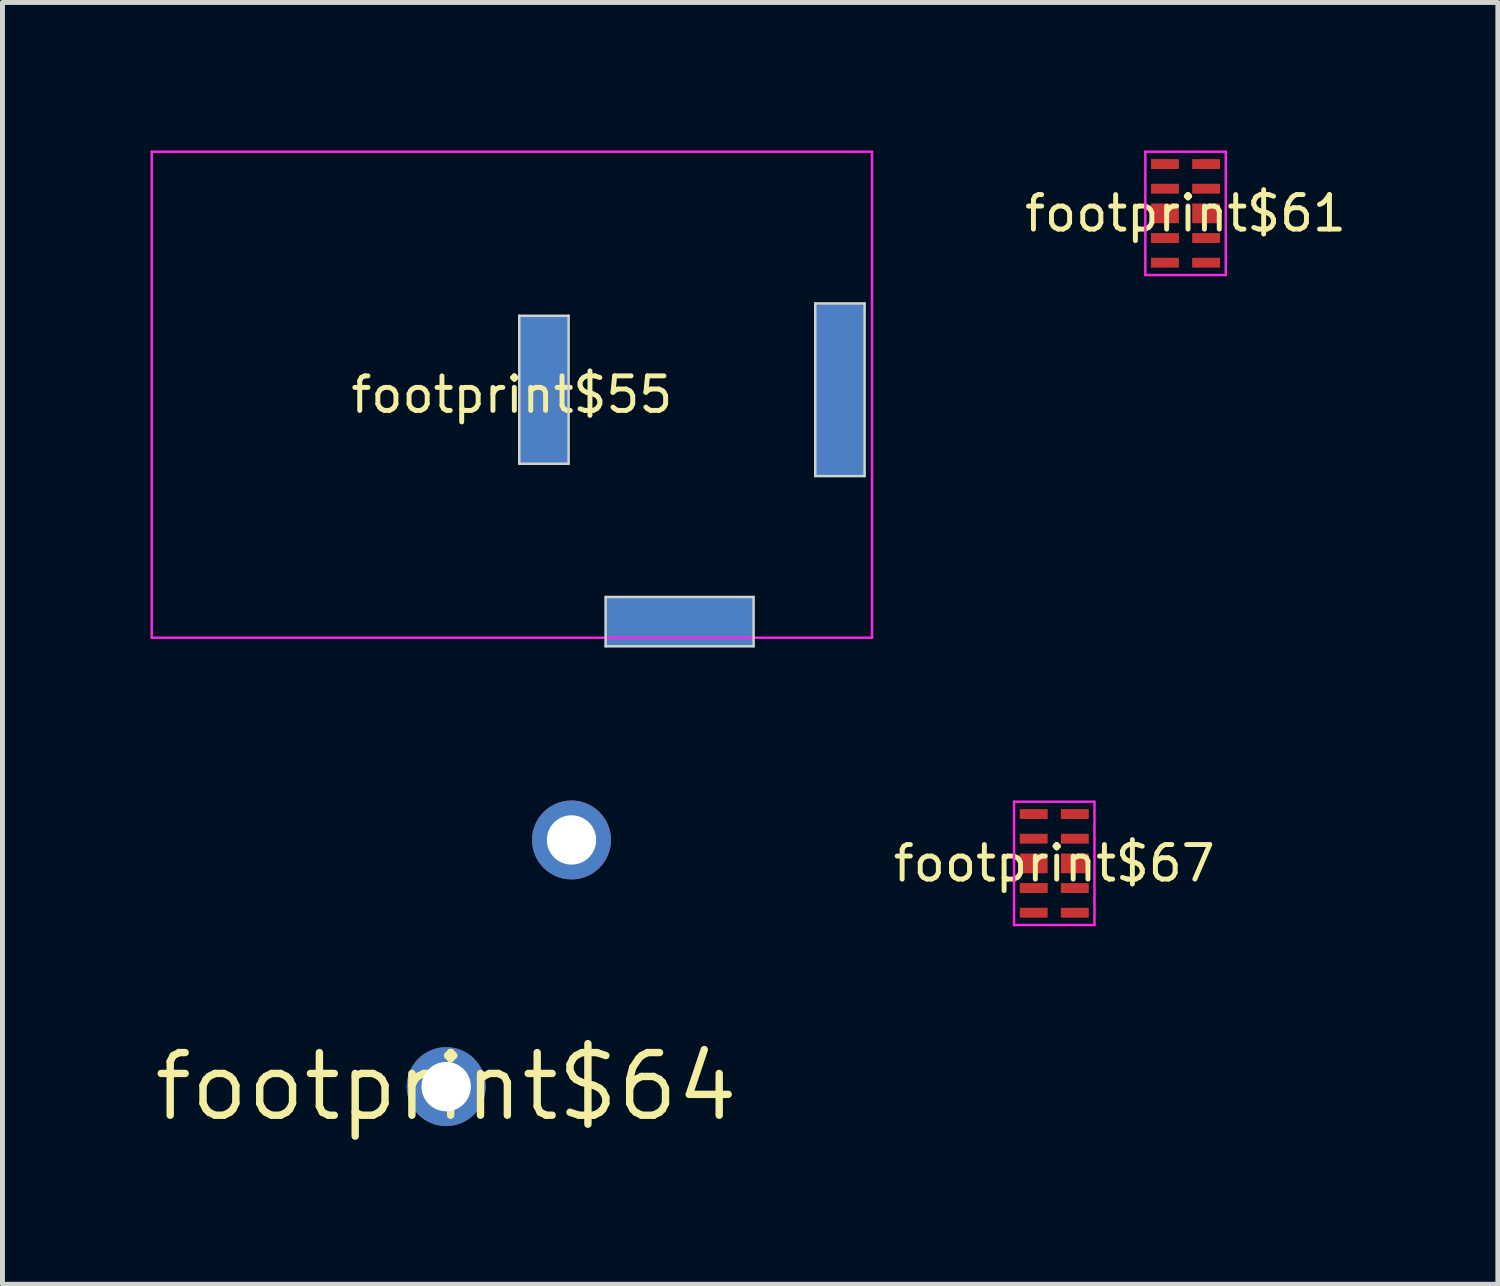
<source format=kicad_pcb>
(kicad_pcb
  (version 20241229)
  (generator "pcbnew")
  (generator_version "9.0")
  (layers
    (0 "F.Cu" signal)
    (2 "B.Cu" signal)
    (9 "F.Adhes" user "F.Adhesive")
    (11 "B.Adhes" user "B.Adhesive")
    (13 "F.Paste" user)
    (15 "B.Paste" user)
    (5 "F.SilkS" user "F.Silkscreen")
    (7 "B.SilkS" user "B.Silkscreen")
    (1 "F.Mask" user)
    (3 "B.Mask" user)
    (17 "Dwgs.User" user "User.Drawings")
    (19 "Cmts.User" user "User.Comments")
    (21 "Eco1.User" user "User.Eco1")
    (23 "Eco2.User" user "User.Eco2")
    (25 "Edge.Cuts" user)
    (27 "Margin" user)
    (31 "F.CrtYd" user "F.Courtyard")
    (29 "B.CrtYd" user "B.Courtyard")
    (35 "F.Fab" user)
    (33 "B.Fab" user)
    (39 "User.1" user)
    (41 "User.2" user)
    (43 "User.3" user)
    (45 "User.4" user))
  (footprint "footprint$61"
    (layer "F.Cu")
    (at 20.98 1.275)
    (property "Reference" "footprint$61" (at 0 0 0) (layer "F.SilkS") (effects (font (size 0.7 0.7) (thickness 0.1))))
    (attr through_hole)
    (fp_poly (pts (xy -0.7 -0.9) (xy -0.135 -0.9) (xy -0.135 -1.1) (xy -0.7 -1.1)) (stroke (width 0) (type solid)) (fill yes) (layer "F.Mask"))
    (fp_poly (pts (xy -0.7 -0.4) (xy -0.135 -0.4) (xy -0.135 -0.6) (xy -0.7 -0.6)) (stroke (width 0) (type solid)) (fill yes) (layer "F.Mask"))
    (fp_poly (pts (xy -0.7 0.2) (xy -0.135 0.2) (xy -0.135 -0.2) (xy -0.7 -0.2)) (stroke (width 0) (type solid)) (fill yes) (layer "F.Mask"))
    (fp_poly (pts (xy -0.7 0.6) (xy -0.135 0.6) (xy -0.135 0.4) (xy -0.7 0.4)) (stroke (width 0) (type solid)) (fill yes) (layer "F.Mask"))
    (fp_poly (pts (xy -0.7 1.1) (xy -0.135 1.1) (xy -0.135 0.9) (xy -0.7 0.9)) (stroke (width 0) (type solid)) (fill yes) (layer "F.Mask"))
    (fp_poly (pts (xy 0.135 -0.9) (xy 0.7 -0.9) (xy 0.7 -1.1) (xy 0.135 -1.1)) (stroke (width 0) (type solid)) (fill yes) (layer "F.Mask"))
    (fp_poly (pts (xy 0.135 -0.4) (xy 0.7 -0.4) (xy 0.7 -0.6) (xy 0.135 -0.6)) (stroke (width 0) (type solid)) (fill yes) (layer "F.Mask"))
    (fp_poly (pts (xy 0.135 0.2) (xy 0.7 0.2) (xy 0.7 -0.2) (xy 0.135 -0.2)) (stroke (width 0) (type solid)) (fill yes) (layer "F.Mask"))
    (fp_poly (pts (xy 0.135 0.6) (xy 0.7 0.6) (xy 0.7 0.4) (xy 0.135 0.4)) (stroke (width 0) (type solid)) (fill yes) (layer "F.Mask"))
    (fp_poly (pts (xy 0.135 1.1) (xy 0.7 1.1) (xy 0.7 0.9) (xy 0.135 0.9)) (stroke (width 0) (type solid)) (fill yes) (layer "F.Mask"))
    (fp_poly (pts (xy -0.7 -0.9) (xy -0.135 -0.9) (xy -0.135 -1.1) (xy -0.7 -1.1)) (stroke (width 0) (type solid)) (fill yes) (layer "F.Paste"))
    (fp_poly (pts (xy -0.7 -0.4) (xy -0.135 -0.4) (xy -0.135 -0.6) (xy -0.7 -0.6)) (stroke (width 0) (type solid)) (fill yes) (layer "F.Paste"))
    (fp_poly (pts (xy -0.7 0.2) (xy -0.135 0.2) (xy -0.135 -0.2) (xy -0.7 -0.2)) (stroke (width 0) (type solid)) (fill yes) (layer "F.Paste"))
    (fp_poly (pts (xy -0.7 0.6) (xy -0.135 0.6) (xy -0.135 0.4) (xy -0.7 0.4)) (stroke (width 0) (type solid)) (fill yes) (layer "F.Paste"))
    (fp_poly (pts (xy -0.7 1.1) (xy -0.135 1.1) (xy -0.135 0.9) (xy -0.7 0.9)) (stroke (width 0) (type solid)) (fill yes) (layer "F.Paste"))
    (fp_poly (pts (xy 0.135 -0.9) (xy 0.7 -0.9) (xy 0.7 -1.1) (xy 0.135 -1.1)) (stroke (width 0) (type solid)) (fill yes) (layer "F.Paste"))
    (fp_poly (pts (xy 0.135 -0.4) (xy 0.7 -0.4) (xy 0.7 -0.6) (xy 0.135 -0.6)) (stroke (width 0) (type solid)) (fill yes) (layer "F.Paste"))
    (fp_poly (pts (xy 0.135 0.2) (xy 0.7 0.2) (xy 0.7 -0.2) (xy 0.135 -0.2)) (stroke (width 0) (type solid)) (fill yes) (layer "F.Paste"))
    (fp_poly (pts (xy 0.135 0.6) (xy 0.7 0.6) (xy 0.7 0.4) (xy 0.135 0.4)) (stroke (width 0) (type solid)) (fill yes) (layer "F.Paste"))
    (fp_poly (pts (xy 0.135 1.1) (xy 0.7 1.1) (xy 0.7 0.9) (xy 0.135 0.9)) (stroke (width 0) (type solid)) (fill yes) (layer "F.Paste"))
    (fp_line (start -0.815 -1.25) (end -0.815 1.25) (stroke (width 0.05) (type solid)) (layer "F.CrtYd"))
    (fp_line (start -0.815 1.25) (end 0.815 1.25) (stroke (width 0.05) (type solid)) (layer "F.CrtYd"))
    (fp_line (start 0.815 -1.25) (end -0.815 -1.25) (stroke (width 0.05) (type solid)) (layer "F.CrtYd"))
    (fp_line (start 0.815 1.25) (end 0.815 -1.25) (stroke (width 0.05) (type solid)) (layer "F.CrtYd"))
    (pad "1" smd rect (at -0.417 -1) (size 0.565 0.2) (layers "F.Cu"))
    (pad "2" smd rect (at -0.417 -0.5) (size 0.565 0.2) (layers "F.Cu"))
    (pad "3" smd rect (at -0.417 0) (size 0.565 0.4) (layers "F.Cu"))
    (pad "4" smd rect (at -0.417 0.5) (size 0.565 0.2) (layers "F.Cu"))
    (pad "5" smd rect (at -0.417 1) (size 0.565 0.2) (layers "F.Cu"))
    (pad "6" smd rect (at 0.417 1) (size 0.565 0.2) (layers "F.Cu"))
    (pad "7" smd rect (at 0.417 0.5) (size 0.565 0.2) (layers "F.Cu"))
    (pad "8" smd rect (at 0.417 0) (size 0.565 0.4) (layers "F.Cu"))
    (pad "9" smd rect (at 0.417 -0.5) (size 0.565 0.2) (layers "F.Cu"))
    (pad "10" smd rect (at 0.417 -1) (size 0.565 0.2) (layers "F.Cu")))
  (footprint "footprint$55"
    (layer "F.Cu")
    (at 7.325 4.95)
    (property "Reference" "footprint$55" (at 0 0 0) (layer "F.SilkS") (effects (font (size 0.7 0.7) (thickness 0.1))))
    (attr through_hole)
    (fp_poly (pts (xy 0.025 1.525) (xy 1.275 1.525) (xy 1.275 -1.725) (xy 0.025 -1.725)) (stroke (width 0) (type solid)) (fill yes) (layer "F.Mask"))
    (fp_poly (pts (xy 1.775 5.225) (xy 5.025 5.225) (xy 5.025 3.975) (xy 1.775 3.975)) (stroke (width 0) (type solid)) (fill yes) (layer "F.Mask"))
    (fp_poly (pts (xy 6.025 1.775) (xy 7.275 1.775) (xy 7.275 -1.975) (xy 6.025 -1.975)) (stroke (width 0) (type solid)) (fill yes) (layer "F.Mask"))
    (fp_poly (pts (xy 0.025 1.525) (xy 1.275 1.525) (xy 1.275 -1.725) (xy 0.025 -1.725)) (stroke (width 0) (type solid)) (fill yes) (layer "F.Paste"))
    (fp_poly (pts (xy 1.775 5.225) (xy 5.025 5.225) (xy 5.025 3.975) (xy 1.775 3.975)) (stroke (width 0) (type solid)) (fill yes) (layer "F.Paste"))
    (fp_poly (pts (xy 6.025 1.775) (xy 7.275 1.775) (xy 7.275 -1.975) (xy 6.025 -1.975)) (stroke (width 0) (type solid)) (fill yes) (layer "F.Paste"))
    (fp_line (start 0.15 -1.6) (end 0.15 1.4) (stroke (width 0.05) (type solid)) (layer "Edge.Cuts"))
    (fp_line (start 0.15 1.4) (end 1.15 1.4) (stroke (width 0.05) (type solid)) (layer "Edge.Cuts"))
    (fp_line (start 1.15 -1.6) (end 0.15 -1.6) (stroke (width 0.05) (type solid)) (layer "Edge.Cuts"))
    (fp_line (start 1.15 1.4) (end 1.15 -1.6) (stroke (width 0.05) (type solid)) (layer "Edge.Cuts"))
    (fp_line (start 1.9 4.1) (end 1.9 5.1) (stroke (width 0.05) (type solid)) (layer "Edge.Cuts"))
    (fp_line (start 1.9 5.1) (end 4.9 5.1) (stroke (width 0.05) (type solid)) (layer "Edge.Cuts"))
    (fp_line (start 4.9 4.1) (end 1.9 4.1) (stroke (width 0.05) (type solid)) (layer "Edge.Cuts"))
    (fp_line (start 4.9 5.1) (end 4.9 4.1) (stroke (width 0.05) (type solid)) (layer "Edge.Cuts"))
    (fp_line (start 6.15 -1.85) (end 6.15 1.65) (stroke (width 0.05) (type solid)) (layer "Edge.Cuts"))
    (fp_line (start 6.15 1.65) (end 7.15 1.65) (stroke (width 0.05) (type solid)) (layer "Edge.Cuts"))
    (fp_line (start 7.15 -1.85) (end 6.15 -1.85) (stroke (width 0.05) (type solid)) (layer "Edge.Cuts"))
    (fp_line (start 7.15 1.65) (end 7.15 -1.85) (stroke (width 0.05) (type solid)) (layer "Edge.Cuts"))
    (fp_line (start -7.3 -4.925) (end -7.3 4.925) (stroke (width 0.05) (type solid)) (layer "F.CrtYd"))
    (fp_line (start -7.3 4.925) (end 7.3 4.925) (stroke (width 0.05) (type solid)) (layer "F.CrtYd"))
    (fp_line (start 7.3 -4.925) (end -7.3 -4.925) (stroke (width 0.05) (type solid)) (layer "F.CrtYd"))
    (fp_line (start 7.3 4.925) (end 7.3 -4.925) (stroke (width 0.05) (type solid)) (layer "F.CrtYd"))
    (pad "1" thru_hole rect (at 6.65 -0.1) (size 1 3.5) (drill 0.000001) (layers "*.Cu"))
    (pad "2" thru_hole rect (at 0.65 -0.1) (size 1 3) (drill 0.000001) (layers "*.Cu"))
    (pad "3" thru_hole rect (at 3.4 4.6) (size 3 1) (drill 0.000001) (layers "*.Cu")))
  (footprint "footprint$64"
    (layer "F.Cu")
    (at 5.994 18.975)
    (property "Reference" "footprint$64" (at 0 0 0) (layer "F.SilkS") (effects (font (size 1.27 1.27) (thickness 0.15))))
    (attr through_hole)
    (pad "1" thru_hole circle (at 0 0) (size 1.6 1.6) (drill 1) (layers "*.Cu" "*.Mask"))
    (pad "2" thru_hole circle (at 2.54 -5) (size 1.6 1.6) (drill 1) (layers "*.Cu" "*.Mask")))
  (footprint "footprint$67"
    (layer "F.Cu")
    (at 18.319 14.45)
    (property "Reference" "footprint$67" (at 0 0 0) (layer "F.SilkS") (effects (font (size 0.7 0.7) (thickness 0.1))))
    (attr through_hole)
    (fp_poly (pts (xy -0.7 -0.9) (xy -0.135 -0.9) (xy -0.135 -1.1) (xy -0.7 -1.1)) (stroke (width 0) (type solid)) (fill yes) (layer "F.Mask"))
    (fp_poly (pts (xy -0.7 -0.4) (xy -0.135 -0.4) (xy -0.135 -0.6) (xy -0.7 -0.6)) (stroke (width 0) (type solid)) (fill yes) (layer "F.Mask"))
    (fp_poly (pts (xy -0.7 0.2) (xy -0.135 0.2) (xy -0.135 -0.2) (xy -0.7 -0.2)) (stroke (width 0) (type solid)) (fill yes) (layer "F.Mask"))
    (fp_poly (pts (xy -0.7 0.6) (xy -0.135 0.6) (xy -0.135 0.4) (xy -0.7 0.4)) (stroke (width 0) (type solid)) (fill yes) (layer "F.Mask"))
    (fp_poly (pts (xy -0.7 1.1) (xy -0.135 1.1) (xy -0.135 0.9) (xy -0.7 0.9)) (stroke (width 0) (type solid)) (fill yes) (layer "F.Mask"))
    (fp_poly (pts (xy 0.135 -0.9) (xy 0.7 -0.9) (xy 0.7 -1.1) (xy 0.135 -1.1)) (stroke (width 0) (type solid)) (fill yes) (layer "F.Mask"))
    (fp_poly (pts (xy 0.135 -0.4) (xy 0.7 -0.4) (xy 0.7 -0.6) (xy 0.135 -0.6)) (stroke (width 0) (type solid)) (fill yes) (layer "F.Mask"))
    (fp_poly (pts (xy 0.135 0.2) (xy 0.7 0.2) (xy 0.7 -0.2) (xy 0.135 -0.2)) (stroke (width 0) (type solid)) (fill yes) (layer "F.Mask"))
    (fp_poly (pts (xy 0.135 0.6) (xy 0.7 0.6) (xy 0.7 0.4) (xy 0.135 0.4)) (stroke (width 0) (type solid)) (fill yes) (layer "F.Mask"))
    (fp_poly (pts (xy 0.135 1.1) (xy 0.7 1.1) (xy 0.7 0.9) (xy 0.135 0.9)) (stroke (width 0) (type solid)) (fill yes) (layer "F.Mask"))
    (fp_poly (pts (xy -0.7 -0.9) (xy -0.135 -0.9) (xy -0.135 -1.1) (xy -0.7 -1.1)) (stroke (width 0) (type solid)) (fill yes) (layer "F.Paste"))
    (fp_poly (pts (xy -0.7 -0.4) (xy -0.135 -0.4) (xy -0.135 -0.6) (xy -0.7 -0.6)) (stroke (width 0) (type solid)) (fill yes) (layer "F.Paste"))
    (fp_poly (pts (xy -0.7 0.2) (xy -0.135 0.2) (xy -0.135 -0.2) (xy -0.7 -0.2)) (stroke (width 0) (type solid)) (fill yes) (layer "F.Paste"))
    (fp_poly (pts (xy -0.7 0.6) (xy -0.135 0.6) (xy -0.135 0.4) (xy -0.7 0.4)) (stroke (width 0) (type solid)) (fill yes) (layer "F.Paste"))
    (fp_poly (pts (xy -0.7 1.1) (xy -0.135 1.1) (xy -0.135 0.9) (xy -0.7 0.9)) (stroke (width 0) (type solid)) (fill yes) (layer "F.Paste"))
    (fp_poly (pts (xy 0.135 -0.9) (xy 0.7 -0.9) (xy 0.7 -1.1) (xy 0.135 -1.1)) (stroke (width 0) (type solid)) (fill yes) (layer "F.Paste"))
    (fp_poly (pts (xy 0.135 -0.4) (xy 0.7 -0.4) (xy 0.7 -0.6) (xy 0.135 -0.6)) (stroke (width 0) (type solid)) (fill yes) (layer "F.Paste"))
    (fp_poly (pts (xy 0.135 0.2) (xy 0.7 0.2) (xy 0.7 -0.2) (xy 0.135 -0.2)) (stroke (width 0) (type solid)) (fill yes) (layer "F.Paste"))
    (fp_poly (pts (xy 0.135 0.6) (xy 0.7 0.6) (xy 0.7 0.4) (xy 0.135 0.4)) (stroke (width 0) (type solid)) (fill yes) (layer "F.Paste"))
    (fp_poly (pts (xy 0.135 1.1) (xy 0.7 1.1) (xy 0.7 0.9) (xy 0.135 0.9)) (stroke (width 0) (type solid)) (fill yes) (layer "F.Paste"))
    (fp_line (start -0.815 -1.25) (end -0.815 1.25) (stroke (width 0.05) (type solid)) (layer "F.CrtYd"))
    (fp_line (start -0.815 1.25) (end 0.815 1.25) (stroke (width 0.05) (type solid)) (layer "F.CrtYd"))
    (fp_line (start 0.815 -1.25) (end -0.815 -1.25) (stroke (width 0.05) (type solid)) (layer "F.CrtYd"))
    (fp_line (start 0.815 1.25) (end 0.815 -1.25) (stroke (width 0.05) (type solid)) (layer "F.CrtYd"))
    (pad "1" smd rect (at -0.417 -1) (size 0.565 0.2) (layers "F.Cu"))
    (pad "2" smd rect (at -0.417 -0.5) (size 0.565 0.2) (layers "F.Cu"))
    (pad "3" smd rect (at -0.417 0) (size 0.565 0.4) (layers "F.Cu"))
    (pad "4" smd rect (at -0.417 0.5) (size 0.565 0.2) (layers "F.Cu"))
    (pad "5" smd rect (at -0.417 1) (size 0.565 0.2) (layers "F.Cu"))
    (pad "6" smd rect (at 0.417 1) (size 0.565 0.2) (layers "F.Cu"))
    (pad "7" smd rect (at 0.417 0.5) (size 0.565 0.2) (layers "F.Cu"))
    (pad "8" smd rect (at 0.417 0) (size 0.565 0.4) (layers "F.Cu"))
    (pad "9" smd rect (at 0.417 -0.5) (size 0.565 0.2) (layers "F.Cu"))
    (pad "10" smd rect (at 0.417 -1) (size 0.565 0.2) (layers "F.Cu")))
  (gr_rect
    (start -3 -3)
    (end 27.31 22.981)
    (stroke (width 0.1) (type default))
    (fill no)
    (layer "Edge.Cuts")))
</source>
